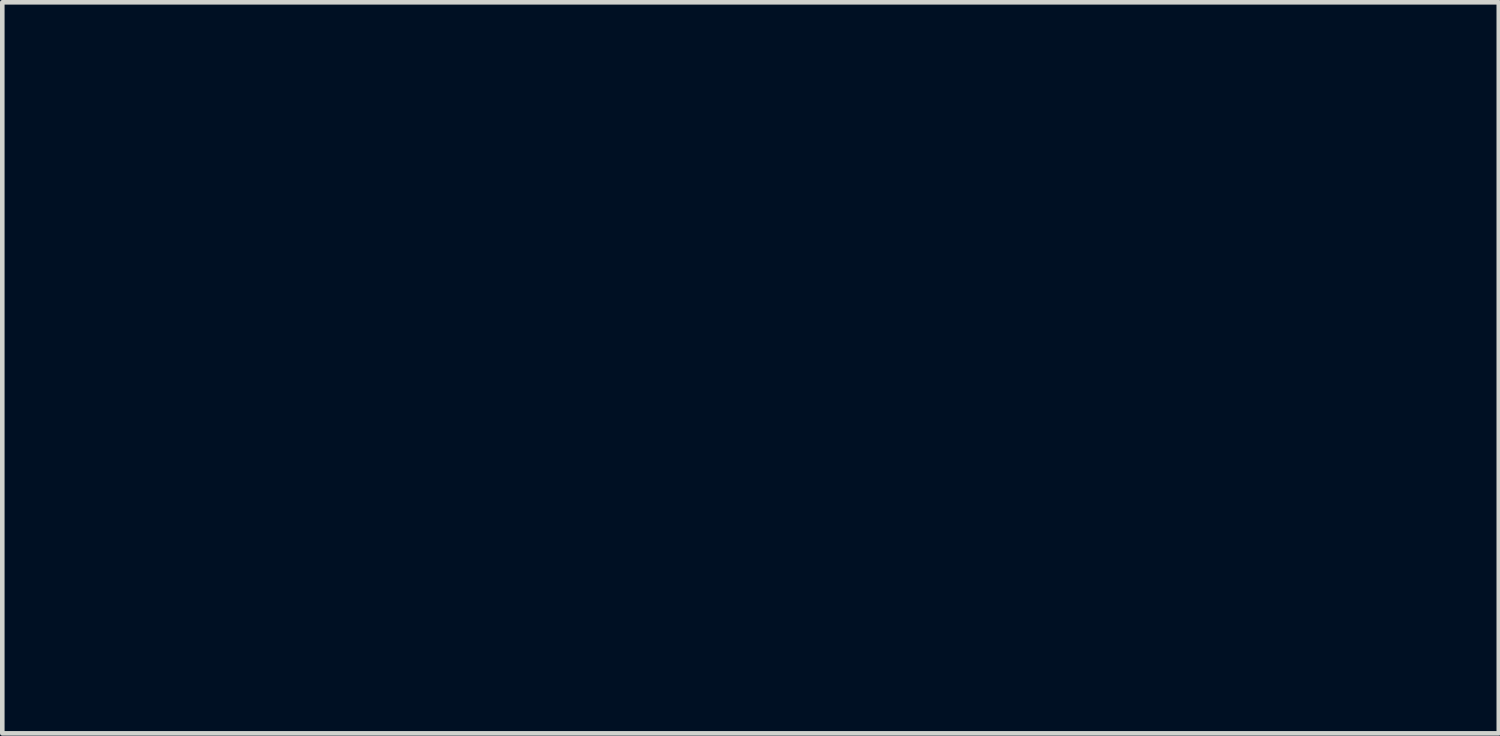
<source format=kicad_pcb>
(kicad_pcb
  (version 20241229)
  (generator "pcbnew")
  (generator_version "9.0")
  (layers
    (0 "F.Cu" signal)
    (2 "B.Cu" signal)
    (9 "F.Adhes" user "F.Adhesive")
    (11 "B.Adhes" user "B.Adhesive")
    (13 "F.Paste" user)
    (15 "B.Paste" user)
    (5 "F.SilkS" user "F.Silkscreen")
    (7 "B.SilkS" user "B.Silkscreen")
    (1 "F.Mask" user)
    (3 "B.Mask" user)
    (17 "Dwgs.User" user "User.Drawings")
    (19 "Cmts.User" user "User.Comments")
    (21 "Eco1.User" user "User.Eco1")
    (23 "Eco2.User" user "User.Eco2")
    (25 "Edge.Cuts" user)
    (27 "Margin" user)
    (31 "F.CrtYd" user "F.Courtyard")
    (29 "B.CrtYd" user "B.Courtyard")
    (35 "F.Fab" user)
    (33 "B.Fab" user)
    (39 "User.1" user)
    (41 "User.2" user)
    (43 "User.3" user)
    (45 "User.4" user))
  (footprint "gyro_logo"
    (layer "F.Cu")
    (at 13.282 4.985)
    (property "Reference" "gyro_logo" (at 0 0 0) (layer "F.Mask") (effects (font (size 1.524 1.524) (thickness 0.3))))
    (attr through_hole)
    (fp_poly (pts (xy 12.555 -4.658) (xy 12.906 -4.499) (xy 13.089 -4.347) (xy 13.263 -4.151) (xy 13.349 -3.97) (xy 13.376 -3.726) (xy 13.377 -3.607) (xy 13.316 -3.169) (xy 13.128 -2.839) (xy 12.805 -2.605) (xy 12.731 -2.572) (xy 12.366 -2.468) (xy 12.04 -2.497) (xy 11.774 -2.61) (xy 11.533 -2.795) (xy 11.34 -3.036) (xy 11.331 -3.053) (xy 11.198 -3.445) (xy 11.209 -3.814) (xy 11.34 -4.14) (xy 11.565 -4.406) (xy 11.859 -4.594) (xy 12.197 -4.684) (xy 12.555 -4.658)) (stroke (width 0.01) (type solid)) (fill yes) (layer "F.Mask"))
    (fp_poly (pts (xy 12.588 -1.167) (xy 12.777 -1.091) (xy 12.98 -0.924) (xy 13.049 -0.857) (xy 13.244 -0.643) (xy 13.341 -0.464) (xy 13.373 -0.245) (xy 13.374 -0.116) (xy 13.35 0.173) (xy 13.293 0.421) (xy 13.263 0.492) (xy 13.015 0.778) (xy 12.675 0.954) (xy 12.289 1.01) (xy 11.9 0.938) (xy 11.675 0.823) (xy 11.383 0.541) (xy 11.227 0.207) (xy 11.197 -0.15) (xy 11.283 -0.497) (xy 11.475 -0.803) (xy 11.761 -1.037) (xy 12.133 -1.168) (xy 12.341 -1.185) (xy 12.588 -1.167)) (stroke (width 0.01) (type solid)) (fill yes) (layer "F.Mask"))
    (fp_poly (pts (xy 2.288 -4.768) (xy 2.725 -4.505) (xy 2.773 -4.463) (xy 2.941 -4.228) (xy 2.969 -3.995) (xy 2.883 -3.791) (xy 2.712 -3.641) (xy 2.482 -3.574) (xy 2.22 -3.617) (xy 2.032 -3.725) (xy 1.731 -3.864) (xy 1.375 -3.889) (xy 1.035 -3.799) (xy 0.89 -3.711) (xy 0.755 -3.594) (xy 0.649 -3.466) (xy 0.568 -3.306) (xy 0.509 -3.094) (xy 0.468 -2.807) (xy 0.443 -2.427) (xy 0.429 -1.931) (xy 0.424 -1.298) (xy 0.423 -0.86) (xy 0.421 -0.159) (xy 0.414 0.388) (xy 0.401 0.795) (xy 0.381 1.078) (xy 0.355 1.252) (xy 0.32 1.331) (xy 0.318 1.334) (xy 0.044 1.47) (xy -0.224 1.438) (xy -0.368 1.35) (xy -0.593 1.173) (xy -0.593 -1.699) (xy -0.592 -2.474) (xy -0.59 -3.096) (xy -0.586 -3.585) (xy -0.579 -3.958) (xy -0.567 -4.233) (xy -0.549 -4.428) (xy -0.526 -4.56) (xy -0.494 -4.647) (xy -0.455 -4.707) (xy -0.423 -4.741) (xy -0.192 -4.889) (xy 0.056 -4.873) (xy 0.275 -4.743) (xy 0.427 -4.638) (xy 0.552 -4.624) (xy 0.73 -4.696) (xy 0.773 -4.718) (xy 1.272 -4.88) (xy 1.79 -4.895) (xy 2.288 -4.768)) (stroke (width 0.01) (type solid)) (fill yes) (layer "F.Mask"))
    (fp_poly (pts (xy 7.246 -4.901) (xy 7.729 -4.749) (xy 8.148 -4.477) (xy 8.385 -4.216) (xy 8.583 -3.913) (xy 8.728 -3.606) (xy 8.828 -3.262) (xy 8.891 -2.848) (xy 8.922 -2.332) (xy 8.93 -1.693) (xy 8.917 -1.024) (xy 8.877 -0.493) (xy 8.8 -0.071) (xy 8.677 0.271) (xy 8.5 0.563) (xy 8.259 0.835) (xy 8.126 0.959) (xy 7.652 1.3) (xy 7.157 1.476) (xy 6.622 1.493) (xy 6.232 1.419) (xy 5.88 1.255) (xy 5.527 0.966) (xy 5.21 0.594) (xy 4.971 0.18) (xy 4.923 0.064) (xy 4.728 -0.675) (xy 4.646 -1.513) (xy 4.657 -1.866) (xy 5.728 -1.866) (xy 5.741 -1.221) (xy 5.807 -0.711) (xy 5.931 -0.308) (xy 6.122 0.015) (xy 6.225 0.135) (xy 6.533 0.365) (xy 6.859 0.429) (xy 7.189 0.325) (xy 7.353 0.209) (xy 7.584 -0.042) (xy 7.749 -0.364) (xy 7.853 -0.781) (xy 7.906 -1.32) (xy 7.915 -1.778) (xy 7.91 -2.228) (xy 7.891 -2.554) (xy 7.852 -2.803) (xy 7.787 -3.021) (xy 7.712 -3.2) (xy 7.49 -3.577) (xy 7.224 -3.797) (xy 6.897 -3.87) (xy 6.69 -3.853) (xy 6.348 -3.732) (xy 6.085 -3.495) (xy 5.898 -3.13) (xy 5.781 -2.628) (xy 5.73 -1.979) (xy 5.728 -1.866) (xy 4.657 -1.866) (xy 4.671 -2.334) (xy 4.762 -3.003) (xy 4.913 -3.544) (xy 5.135 -3.988) (xy 5.354 -4.278) (xy 5.755 -4.619) (xy 6.226 -4.836) (xy 6.735 -4.93) (xy 7.246 -4.901)) (stroke (width 0.01) (type solid)) (fill yes) (layer "F.Mask"))
    (fp_poly (pts (xy -6.483 -4.867) (xy -6.331 -4.763) (xy -6.265 -4.642) (xy -6.153 -4.387) (xy -6.004 -4.023) (xy -5.829 -3.574) (xy -5.637 -3.065) (xy -5.543 -2.811) (xy -5.353 -2.299) (xy -5.178 -1.849) (xy -5.029 -1.483) (xy -4.914 -1.222) (xy -4.842 -1.088) (xy -4.824 -1.075) (xy -4.783 -1.173) (xy -4.704 -1.409) (xy -4.593 -1.759) (xy -4.458 -2.199) (xy -4.307 -2.702) (xy -4.243 -2.921) (xy -4.061 -3.525) (xy -3.898 -4.033) (xy -3.76 -4.426) (xy -3.652 -4.689) (xy -3.581 -4.805) (xy -3.338 -4.902) (xy -3.081 -4.881) (xy -2.861 -4.763) (xy -2.727 -4.568) (xy -2.709 -4.453) (xy -2.732 -4.345) (xy -2.798 -4.09) (xy -2.902 -3.704) (xy -3.039 -3.205) (xy -3.206 -2.609) (xy -3.397 -1.93) (xy -3.609 -1.187) (xy -3.836 -0.394) (xy -3.872 -0.27) (xy -4.155 0.709) (xy -4.398 1.537) (xy -4.604 2.227) (xy -4.778 2.79) (xy -4.923 3.24) (xy -5.044 3.59) (xy -5.144 3.85) (xy -5.227 4.035) (xy -5.29 4.144) (xy -5.562 4.451) (xy -5.906 4.7) (xy -6.283 4.877) (xy -6.655 4.967) (xy -6.983 4.954) (xy -7.176 4.869) (xy -7.326 4.669) (xy -7.376 4.403) (xy -7.327 4.137) (xy -7.178 3.942) (xy -6.982 3.841) (xy -6.843 3.81) (xy -6.534 3.734) (xy -6.249 3.534) (xy -6.105 3.351) (xy -6.02 3.17) (xy -5.905 2.868) (xy -5.773 2.485) (xy -5.64 2.064) (xy -5.634 2.045) (xy -5.32 1) (xy -6.015 -0.876) (xy -6.232 -1.46) (xy -6.448 -2.041) (xy -6.65 -2.583) (xy -6.825 -3.05) (xy -6.96 -3.408) (xy -6.999 -3.509) (xy -7.163 -3.993) (xy -7.234 -4.353) (xy -7.212 -4.609) (xy -7.099 -4.778) (xy -7.026 -4.827) (xy -6.748 -4.906) (xy -6.483 -4.867)) (stroke (width 0.01) (type solid)) (fill yes) (layer "F.Mask"))
    (fp_poly (pts (xy -10.833 -4.953) (xy -10.442 -4.819) (xy -10.215 -4.717) (xy -10.081 -4.692) (xy -9.985 -4.738) (xy -9.943 -4.777) (xy -9.752 -4.885) (xy -9.61 -4.911) (xy -9.491 -4.906) (xy -9.395 -4.881) (xy -9.319 -4.819) (xy -9.261 -4.703) (xy -9.216 -4.516) (xy -9.182 -4.241) (xy -9.156 -3.862) (xy -9.136 -3.361) (xy -9.117 -2.723) (xy -9.101 -2.06) (xy -9.078 -0.908) (xy -9.069 0.083) (xy -9.074 0.917) (xy -9.094 1.604) (xy -9.129 2.148) (xy -9.179 2.557) (xy -9.243 2.836) (xy -9.414 3.17) (xy -9.685 3.501) (xy -10.008 3.779) (xy -10.332 3.956) (xy -10.384 3.973) (xy -10.917 4.051) (xy -11.503 4.021) (xy -11.859 3.948) (xy -12.303 3.78) (xy -12.625 3.556) (xy -12.811 3.292) (xy -12.849 3.003) (xy -12.798 2.832) (xy -12.63 2.629) (xy -12.387 2.568) (xy -12.091 2.653) (xy -11.957 2.732) (xy -11.499 2.954) (xy -11.032 3.008) (xy -10.735 2.959) (xy -10.482 2.855) (xy -10.329 2.683) (xy -10.281 2.58) (xy -10.231 2.396) (xy -10.192 2.131) (xy -10.166 1.832) (xy -10.156 1.545) (xy -10.163 1.317) (xy -10.191 1.195) (xy -10.205 1.185) (xy -10.301 1.227) (xy -10.468 1.328) (xy -10.475 1.332) (xy -10.768 1.442) (xy -11.171 1.479) (xy -11.698 1.397) (xy -12.174 1.164) (xy -12.57 0.796) (xy -12.649 0.69) (xy -12.921 0.174) (xy -13.119 -0.454) (xy -13.238 -1.153) (xy -13.273 -1.811) (xy -12.23 -1.811) (xy -12.194 -1.223) (xy -12.096 -0.669) (xy -11.94 -0.192) (xy -11.726 0.169) (xy -11.702 0.197) (xy -11.445 0.411) (xy -11.163 0.485) (xy -10.819 0.426) (xy -10.667 0.371) (xy -10.435 0.251) (xy -10.27 0.118) (xy -10.242 0.08) (xy -10.217 -0.049) (xy -10.195 -0.32) (xy -10.177 -0.705) (xy -10.165 -1.176) (xy -10.16 -1.706) (xy -10.16 -1.809) (xy -10.16 -3.544) (xy -10.376 -3.713) (xy -10.734 -3.9) (xy -11.115 -3.94) (xy -11.478 -3.84) (xy -11.784 -3.61) (xy -11.939 -3.384) (xy -12.105 -2.932) (xy -12.201 -2.394) (xy -12.23 -1.811) (xy -13.273 -1.811) (xy -13.277 -1.884) (xy -13.232 -2.604) (xy -13.102 -3.274) (xy -12.944 -3.725) (xy -12.649 -4.222) (xy -12.266 -4.604) (xy -11.819 -4.86) (xy -11.333 -4.98) (xy -10.833 -4.953)) (stroke (width 0.01) (type solid)) (fill yes) (layer "F.Mask")))
  (gr_rect
    (start -3 -3)
    (end 29.664 12.957)
    (stroke (width 0.1) (type default))
    (fill no)
    (layer "Edge.Cuts")))
</source>
